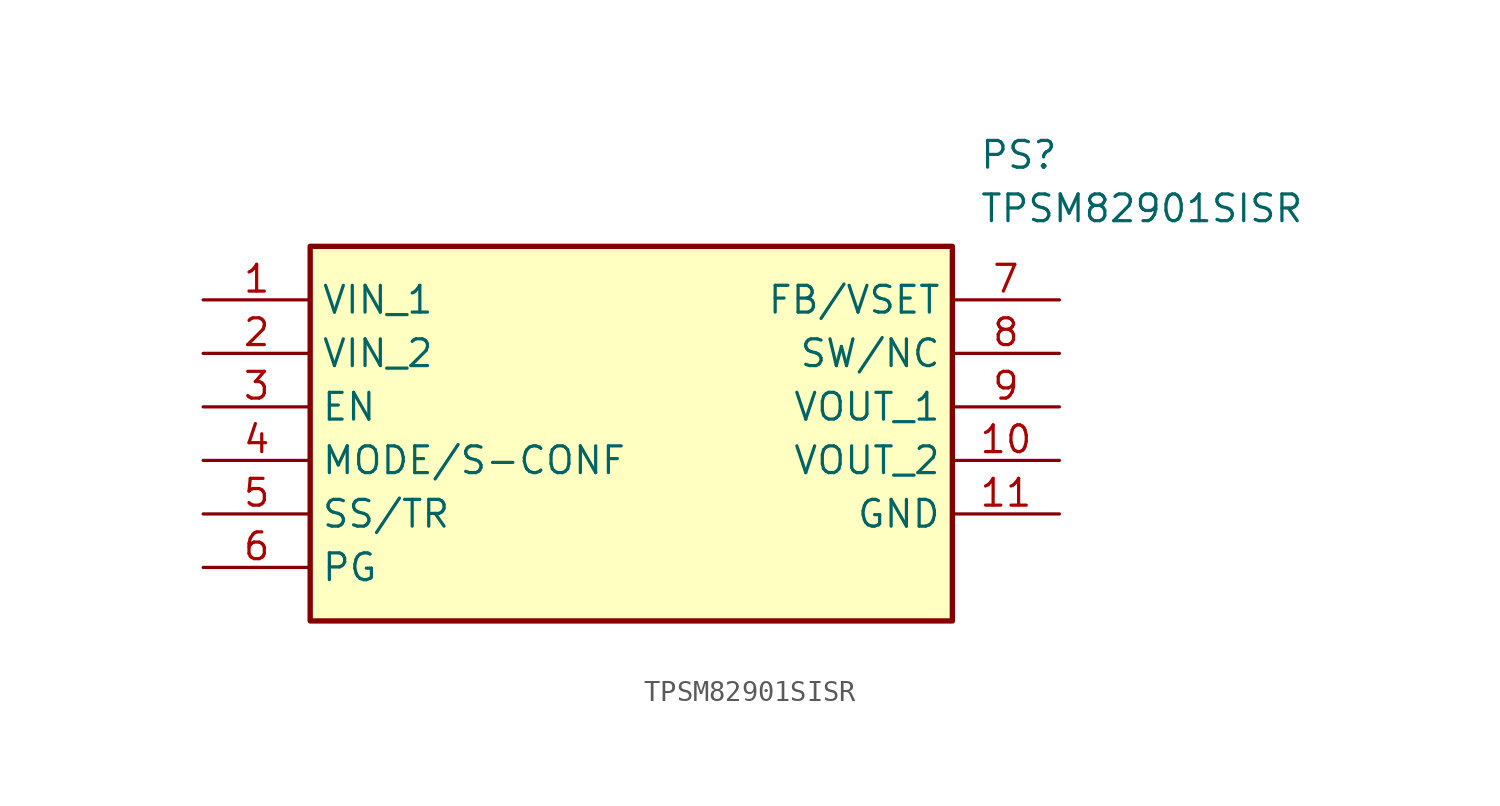
<source format=kicad_sym>
(kicad_symbol_lib
  (version 20211014)
  (generator SamacSys_ECAD_Model)
  (symbol "TPSM82901SISR"
    (property "Reference" "PS"
      (at 36.83 7.62 0)
      (effects (font (size 1.27 1.27)) (justify left top)))
    (property "Value" "TPSM82901SISR"
      (at 36.83 5.08 0)
      (effects (font (size 1.27 1.27)) (justify left top)))
    (rectangle
      (start 5.08 2.54)
      (end 35.56 -15.24)
      (stroke (width 0.254) (type default))
      (fill (type background)))
    (pin passive line
      (at 0 0 0)
      (length 5.08)
      (name "VIN_1" (effects (font (size 1.27 1.27))))
      (number "1" (effects (font (size 1.27 1.27)))))
    (pin passive line
      (at 0 -2.54 0)
      (length 5.08)
      (name "VIN_2" (effects (font (size 1.27 1.27))))
      (number "2" (effects (font (size 1.27 1.27)))))
    (pin passive line
      (at 0 -5.08 0)
      (length 5.08)
      (name "EN" (effects (font (size 1.27 1.27))))
      (number "3" (effects (font (size 1.27 1.27)))))
    (pin passive line
      (at 0 -7.62 0)
      (length 5.08)
      (name "MODE/S-CONF" (effects (font (size 1.27 1.27))))
      (number "4" (effects (font (size 1.27 1.27)))))
    (pin passive line
      (at 0 -10.16 0)
      (length 5.08)
      (name "SS/TR" (effects (font (size 1.27 1.27))))
      (number "5" (effects (font (size 1.27 1.27)))))
    (pin passive line
      (at 0 -12.7 0)
      (length 5.08)
      (name "PG" (effects (font (size 1.27 1.27))))
      (number "6" (effects (font (size 1.27 1.27)))))
    (pin passive line
      (at 40.64 0 180)
      (length 5.08)
      (name "FB/VSET" (effects (font (size 1.27 1.27))))
      (number "7" (effects (font (size 1.27 1.27)))))
    (pin passive line
      (at 40.64 -2.54 180)
      (length 5.08)
      (name "SW/NC" (effects (font (size 1.27 1.27))))
      (number "8" (effects (font (size 1.27 1.27)))))
    (pin passive line
      (at 40.64 -5.08 180)
      (length 5.08)
      (name "VOUT_1" (effects (font (size 1.27 1.27))))
      (number "9" (effects (font (size 1.27 1.27)))))
    (pin passive line
      (at 40.64 -7.62 180)
      (length 5.08)
      (name "VOUT_2" (effects (font (size 1.27 1.27))))
      (number "10" (effects (font (size 1.27 1.27)))))
    (pin passive line
      (at 40.64 -10.16 180)
      (length 5.08)
      (name "GND" (effects (font (size 1.27 1.27))))
      (number "11" (effects (font (size 1.27 1.27)))))))
</source>
